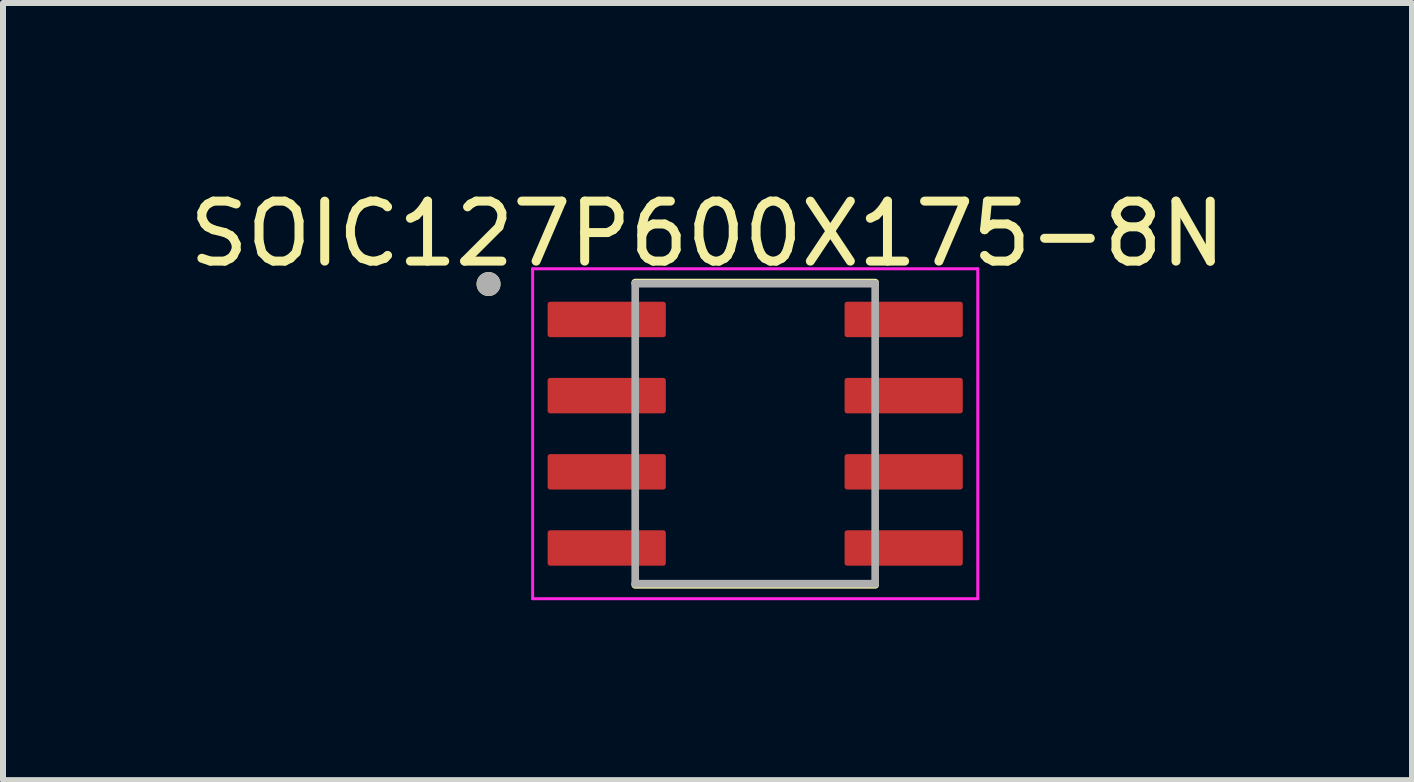
<source format=kicad_pcb>
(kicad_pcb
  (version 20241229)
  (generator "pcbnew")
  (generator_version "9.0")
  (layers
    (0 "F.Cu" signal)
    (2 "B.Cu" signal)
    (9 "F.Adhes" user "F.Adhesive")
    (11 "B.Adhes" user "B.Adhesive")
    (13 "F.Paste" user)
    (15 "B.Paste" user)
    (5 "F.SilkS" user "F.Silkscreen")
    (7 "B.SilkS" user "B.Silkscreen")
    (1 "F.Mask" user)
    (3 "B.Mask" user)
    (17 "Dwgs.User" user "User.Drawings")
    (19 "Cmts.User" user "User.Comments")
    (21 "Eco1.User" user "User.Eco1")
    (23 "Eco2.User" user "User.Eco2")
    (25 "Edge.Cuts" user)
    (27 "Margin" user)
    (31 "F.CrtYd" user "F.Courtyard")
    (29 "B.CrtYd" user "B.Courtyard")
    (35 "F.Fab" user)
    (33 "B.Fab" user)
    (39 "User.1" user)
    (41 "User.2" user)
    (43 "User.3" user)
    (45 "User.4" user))
  (footprint "SOIC127P600X175-8N"
    (layer "F.Cu")
    (at 9.539 4.18)
    (property "Reference" "SOIC127P600X175-8N" (at -0.795 -3.332 0) (layer "F.SilkS") (effects (font (size 1 1) (thickness 0.15))))
    (attr smd)
    (fp_line (start -2 -2.52) (end 2 -2.52) (stroke (width 0.127) (type solid)) (layer "F.SilkS"))
    (fp_line (start -2 2.52) (end 2 2.52) (stroke (width 0.127) (type solid)) (layer "F.SilkS"))
    (fp_circle (center -4.445 -2.495) (end -4.345 -2.495) (stroke (width 0.2) (type solid)) (fill no) (layer "F.SilkS"))
    (fp_line (start -3.71 -2.75) (end -3.71 2.75) (stroke (width 0.05) (type solid)) (layer "F.CrtYd"))
    (fp_line (start -3.71 -2.75) (end 3.71 -2.75) (stroke (width 0.05) (type solid)) (layer "F.CrtYd"))
    (fp_line (start -3.71 2.75) (end 3.71 2.75) (stroke (width 0.05) (type solid)) (layer "F.CrtYd"))
    (fp_line (start 3.71 -2.75) (end 3.71 2.75) (stroke (width 0.05) (type solid)) (layer "F.CrtYd"))
    (fp_line (start -2 -2.5) (end -2 2.5) (stroke (width 0.127) (type solid)) (layer "F.Fab"))
    (fp_line (start -2 -2.5) (end 2 -2.5) (stroke (width 0.127) (type solid)) (layer "F.Fab"))
    (fp_line (start -2 2.5) (end 2 2.5) (stroke (width 0.127) (type solid)) (layer "F.Fab"))
    (fp_line (start 2 -2.5) (end 2 2.5) (stroke (width 0.127) (type solid)) (layer "F.Fab"))
    (fp_circle (center -4.445 -2.495) (end -4.345 -2.495) (stroke (width 0.2) (type solid)) (fill no) (layer "F.Fab"))
    (pad "1" smd roundrect (at -2.475 -1.905) (size 1.97 0.59) (layers "F.Cu" "F.Mask" "F.Paste") (roundrect_rratio 0.07))
    (pad "2" smd roundrect (at -2.475 -0.635) (size 1.97 0.59) (layers "F.Cu" "F.Mask" "F.Paste") (roundrect_rratio 0.07))
    (pad "3" smd roundrect (at -2.475 0.635) (size 1.97 0.59) (layers "F.Cu" "F.Mask" "F.Paste") (roundrect_rratio 0.07))
    (pad "4" smd roundrect (at -2.475 1.905) (size 1.97 0.59) (layers "F.Cu" "F.Mask" "F.Paste") (roundrect_rratio 0.07))
    (pad "5" smd roundrect (at 2.475 1.905) (size 1.97 0.59) (layers "F.Cu" "F.Mask" "F.Paste") (roundrect_rratio 0.07))
    (pad "6" smd roundrect (at 2.475 0.635) (size 1.97 0.59) (layers "F.Cu" "F.Mask" "F.Paste") (roundrect_rratio 0.07))
    (pad "7" smd roundrect (at 2.475 -0.635) (size 1.97 0.59) (layers "F.Cu" "F.Mask" "F.Paste") (roundrect_rratio 0.07))
    (pad "8" smd roundrect (at 2.475 -1.905) (size 1.97 0.59) (layers "F.Cu" "F.Mask" "F.Paste") (roundrect_rratio 0.07)))
  (gr_rect
    (start -3 -3)
    (end 20.488 9.955)
    (stroke (width 0.1) (type default))
    (fill no)
    (layer "Edge.Cuts")))
</source>
